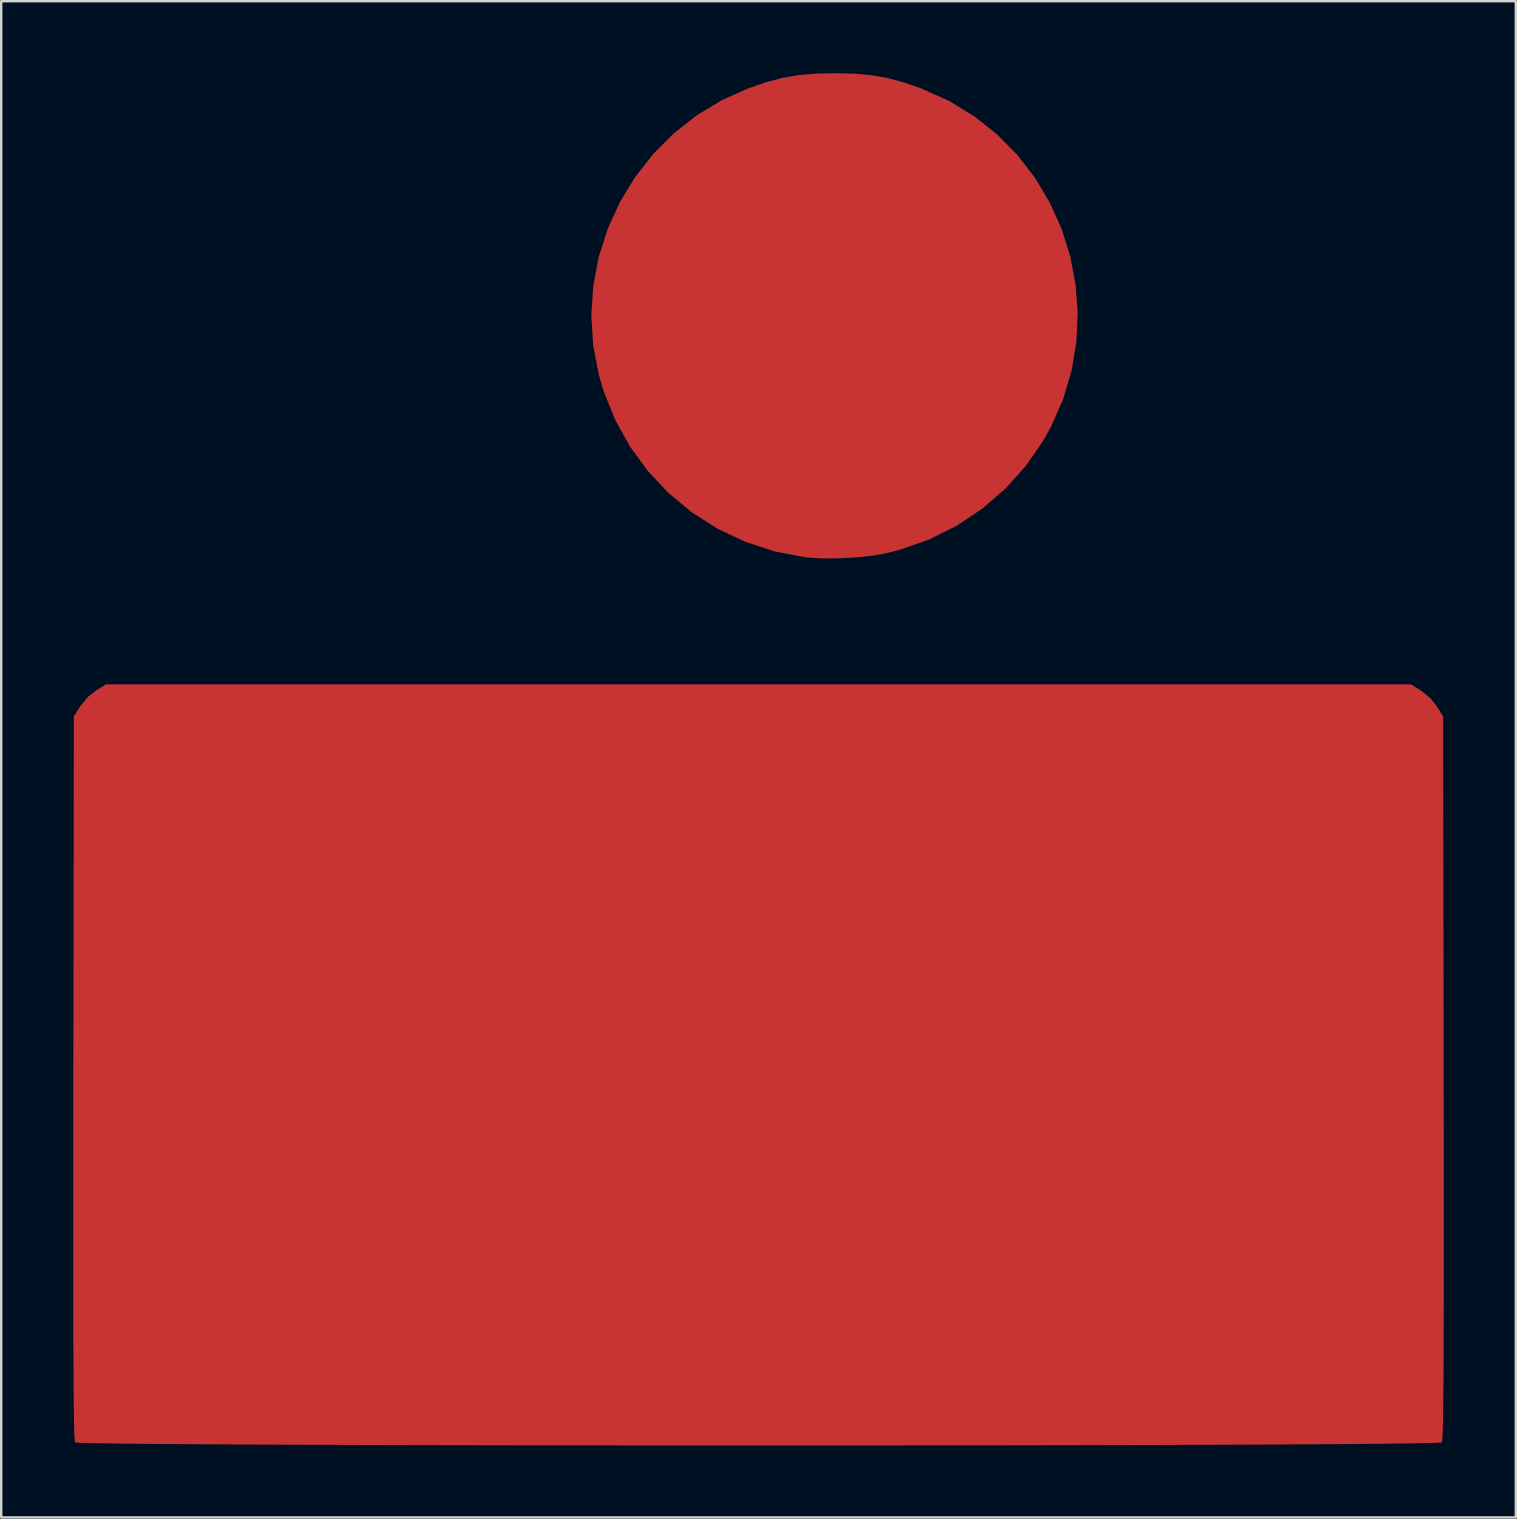
<source format=kicad_pcb>
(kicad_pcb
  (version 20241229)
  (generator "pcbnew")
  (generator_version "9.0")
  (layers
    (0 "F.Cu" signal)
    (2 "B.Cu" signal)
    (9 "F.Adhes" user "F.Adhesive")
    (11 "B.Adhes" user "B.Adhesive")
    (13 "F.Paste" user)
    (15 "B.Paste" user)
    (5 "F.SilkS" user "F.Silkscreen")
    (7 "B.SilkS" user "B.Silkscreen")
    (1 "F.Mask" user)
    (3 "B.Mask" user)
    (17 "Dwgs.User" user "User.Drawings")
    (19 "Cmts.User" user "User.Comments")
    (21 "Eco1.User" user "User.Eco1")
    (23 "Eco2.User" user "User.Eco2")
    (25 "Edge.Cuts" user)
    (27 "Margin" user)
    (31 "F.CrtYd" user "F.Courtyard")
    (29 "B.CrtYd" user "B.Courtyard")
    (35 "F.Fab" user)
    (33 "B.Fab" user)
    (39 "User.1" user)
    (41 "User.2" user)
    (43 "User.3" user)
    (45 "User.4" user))
  (footprint "BackCopper"
    (layer "F.Cu")
    (at 31.735 10.017)
    (property "Reference" "BackCopper" (at 0 0 0) (layer "F.Cu") (effects (font (size 1.524 1.524) (thickness 0.3))))
    (attr board_only exclude_from_pos_files exclude_from_bom)
    (fp_poly (pts (xy 0.831 -9.997) (xy 1.555 -9.932) (xy 2.231 -9.81) (xy 2.917 -9.622) (xy 3.616 -9.378) (xy 4.776 -8.857) (xy 5.835 -8.209) (xy 6.788 -7.448) (xy 7.631 -6.587) (xy 8.36 -5.638) (xy 8.969 -4.615) (xy 9.455 -3.53) (xy 9.813 -2.397) (xy 10.039 -1.227) (xy 10.127 -0.035) (xy 10.074 1.168) (xy 9.875 2.367) (xy 9.526 3.551) (xy 9.021 4.707) (xy 8.707 5.274) (xy 7.977 6.337) (xy 7.121 7.292) (xy 6.154 8.129) (xy 5.088 8.84) (xy 3.936 9.416) (xy 2.711 9.846) (xy 2.103 9.998) (xy 1.538 10.094) (xy 0.876 10.162) (xy 0.178 10.2) (xy -0.494 10.206) (xy -1.081 10.174) (xy -1.228 10.158) (xy -2.511 9.91) (xy -3.731 9.51) (xy -4.878 8.968) (xy -5.941 8.293) (xy -6.909 7.494) (xy -7.772 6.579) (xy -8.519 5.56) (xy -9.141 4.444) (xy -9.627 3.241) (xy -9.833 2.543) (xy -10.068 1.303) (xy -10.141 0.064) (xy -10.06 -1.163) (xy -9.831 -2.364) (xy -9.46 -3.525) (xy -8.957 -4.633) (xy -8.326 -5.674) (xy -7.575 -6.636) (xy -6.712 -7.504) (xy -5.743 -8.266) (xy -4.674 -8.908) (xy -3.616 -9.378) (xy -2.867 -9.638) (xy -2.182 -9.821) (xy -1.505 -9.938) (xy -0.775 -10) (xy 0 -10.017)) (stroke (width 0) (type solid)) (fill yes) (layer "F.Cu"))
    (fp_poly (pts (xy 24.431 15.708) (xy 24.831 16.036) (xy 25.101 16.379) (xy 25.358 16.793) (xy 25.38 31.86) (xy 25.383 33.87) (xy 25.384 35.715) (xy 25.385 37.401) (xy 25.385 38.933) (xy 25.384 40.314) (xy 25.383 41.551) (xy 25.38 42.649) (xy 25.376 43.611) (xy 25.371 44.443) (xy 25.365 45.15) (xy 25.358 45.738) (xy 25.35 46.21) (xy 25.341 46.571) (xy 25.33 46.828) (xy 25.319 46.983) (xy 25.306 47.043) (xy 25.213 47.055) (xy 24.958 47.066) (xy 24.549 47.076) (xy 23.994 47.086) (xy 23.299 47.095) (xy 22.473 47.104) (xy 21.522 47.112) (xy 20.456 47.12) (xy 19.281 47.127) (xy 18.004 47.134) (xy 16.634 47.14) (xy 15.178 47.146) (xy 13.643 47.151) (xy 12.037 47.155) (xy 10.368 47.16) (xy 8.643 47.163) (xy 6.87 47.166) (xy 5.056 47.169) (xy 3.208 47.171) (xy 1.336 47.172) (xy -0.555 47.173) (xy -2.456 47.174) (xy -4.36 47.174) (xy -6.259 47.173) (xy -8.146 47.172) (xy -10.013 47.17) (xy -11.853 47.168) (xy -13.657 47.165) (xy -15.42 47.162) (xy -17.132 47.159) (xy -18.786 47.154) (xy -20.375 47.15) (xy -21.891 47.144) (xy -23.327 47.139) (xy -24.675 47.132) (xy -25.928 47.125) (xy -27.077 47.118) (xy -28.116 47.11) (xy -29.036 47.102) (xy -29.831 47.093) (xy -30.493 47.083) (xy -31.013 47.074) (xy -31.385 47.063) (xy -31.601 47.052) (xy -31.656 47.043) (xy -31.669 46.981) (xy -31.68 46.823) (xy -31.691 46.565) (xy -31.7 46.201) (xy -31.708 45.727) (xy -31.715 45.137) (xy -31.721 44.427) (xy -31.726 43.592) (xy -31.73 42.627) (xy -31.733 41.527) (xy -31.735 40.288) (xy -31.735 38.903) (xy -31.735 37.368) (xy -31.734 35.679) (xy -31.733 33.831) (xy -31.73 31.86) (xy -31.708 16.793) (xy -31.451 16.379) (xy -31.124 15.978) (xy -30.781 15.708) (xy -30.366 15.452) (xy 24.016 15.452)) (stroke (width 0) (type solid)) (fill yes) (layer "F.Cu")))
  (gr_rect
    (start -3 -3)
    (end 60.121 60.191)
    (stroke (width 0.1) (type default))
    (fill no)
    (layer "Edge.Cuts")))
</source>
